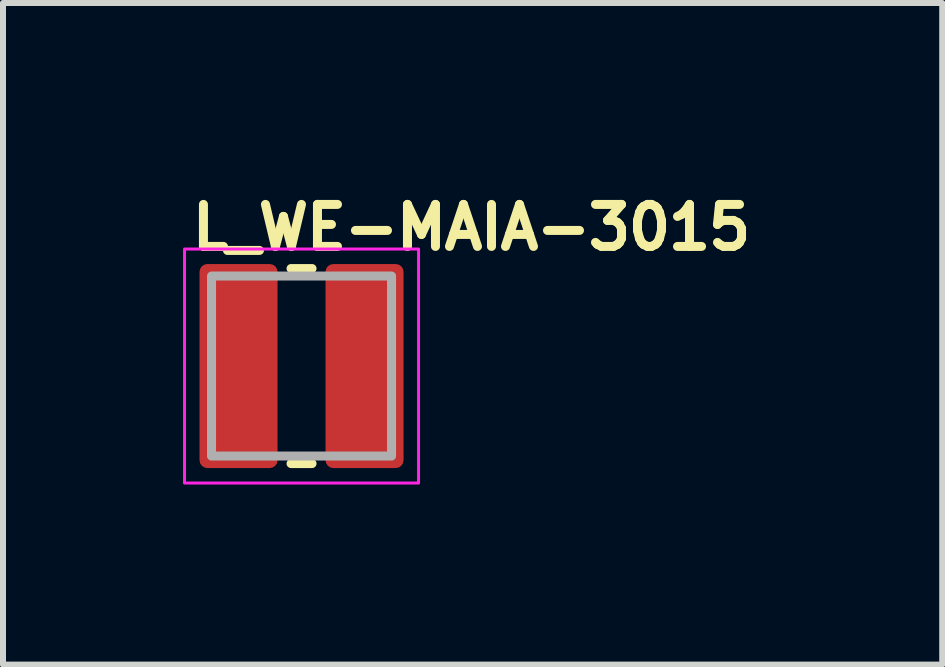
<source format=kicad_pcb>
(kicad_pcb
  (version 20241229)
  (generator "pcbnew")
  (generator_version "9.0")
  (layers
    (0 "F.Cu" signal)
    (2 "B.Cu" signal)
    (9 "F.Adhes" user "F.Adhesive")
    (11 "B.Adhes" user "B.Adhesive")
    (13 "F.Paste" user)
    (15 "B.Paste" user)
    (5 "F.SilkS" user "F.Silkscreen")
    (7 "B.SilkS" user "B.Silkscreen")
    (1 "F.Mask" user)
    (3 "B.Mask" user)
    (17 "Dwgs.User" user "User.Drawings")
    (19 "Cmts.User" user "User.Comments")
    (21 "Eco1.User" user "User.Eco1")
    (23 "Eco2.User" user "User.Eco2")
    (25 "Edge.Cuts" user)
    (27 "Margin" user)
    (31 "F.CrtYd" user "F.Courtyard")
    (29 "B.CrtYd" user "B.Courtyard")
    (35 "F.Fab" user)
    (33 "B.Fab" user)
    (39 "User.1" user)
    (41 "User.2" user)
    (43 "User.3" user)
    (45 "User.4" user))
  (footprint "L_WE-MAIA-3015"
    (layer "F.Cu")
    (at 1.975 3.05)
    (property "Reference" "L_WE-MAIA-3015" (at -1.9 -1.9 0) (unlocked yes) (layer "F.SilkS") (effects (font (size 0.7 0.7) (thickness 0.15)) (justify left bottom)))
    (attr smd)
    (fp_line (start -0.175 -1.625) (end 0.175 -1.625) (stroke (width 0.15) (type solid)) (layer "F.SilkS"))
    (fp_line (start -0.175 1.625) (end 0.175 1.625) (stroke (width 0.15) (type solid)) (layer "F.SilkS"))
    (fp_rect (start -1.95 -1.95) (end 1.95 1.95) (stroke (width 0.05) (type solid)) (fill no) (layer "F.CrtYd"))
    (fp_rect (start -1.5 -1.5) (end 1.5 1.5) (stroke (width 0.15) (type solid)) (fill no) (layer "F.Fab"))
    (fp_rect (start -1.5 -1.5) (end 1.5 1.5) (stroke (width 0.1) (type solid)) (fill no) (layer "User.5"))
    (fp_line (start -1.5 -1.5) (end 1.5 -1.5) (stroke (width 0.02) (type solid)) (layer "User.9"))
    (fp_line (start -1.5 1.5) (end -1.5 -1.5) (stroke (width 0.02) (type solid)) (layer "User.9"))
    (fp_line (start 1.5 -1.5) (end 1.5 1.5) (stroke (width 0.02) (type solid)) (layer "User.9"))
    (fp_line (start 1.5 1.5) (end -1.5 1.5) (stroke (width 0.02) (type solid)) (layer "User.9"))
    (pad "1" smd roundrect (at -1.05 0) (size 1.3 3.4) (layers "F.Cu" "F.Mask" "F.Paste") (roundrect_rratio 0.1))
    (pad "2" smd roundrect (at 1.05 0) (size 1.3 3.4) (layers "F.Cu" "F.Mask" "F.Paste") (roundrect_rratio 0.1)))
  (gr_rect
    (start -3 -3)
    (end 12.652 8.025)
    (stroke (width 0.1) (type default))
    (fill no)
    (layer "Edge.Cuts")))
</source>
